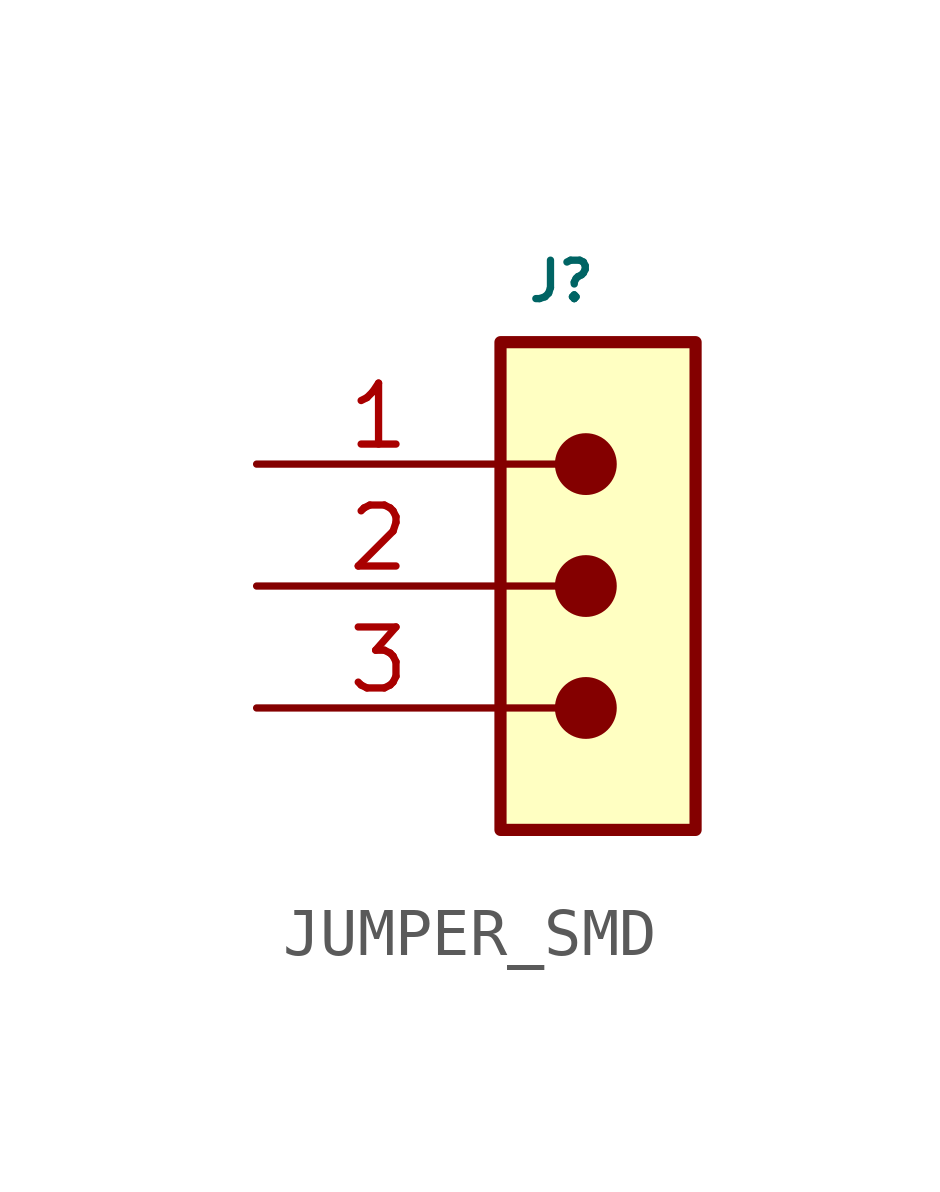
<source format=kicad_sym>
(kicad_symbol_lib
  (version 20220914)
  (generator kicad_symbol_editor)
  (symbol "JUMPER_SMD"
    (property "Reference" "J"
      (at 6.35 3.81 0)
      (do_not_autoplace)
      (effects (font (size 0.8 0.8))))
    (symbol "JUMPER_SMD_0_1"
      (polyline (pts (xy 6.858 -5.08) (xy 5.08 -5.08)) (stroke (width 0) (type default)) (fill (type none)))
      (polyline (pts (xy 6.858 -2.54) (xy 5.08 -2.54)) (stroke (width 0) (type default)) (fill (type none)))
      (polyline (pts (xy 6.858 0) (xy 5.08 0)) (stroke (width 0) (type default)) (fill (type none))))
    (symbol "JUMPER_SMD_1_1"
      (rectangle (start 5.08 2.54) (end 9.144 -7.62) (stroke (width 0.254) (type default)) (fill (type background)))
      (circle (center 6.858 -5.08) (radius 0.568) (stroke (width 0) (type default)) (fill (type outline)))
      (circle (center 6.858 -2.54) (radius 0.568) (stroke (width 0) (type default)) (fill (type outline)))
      (circle (center 6.858 0) (radius 0.568) (stroke (width 0) (type default)) (fill (type outline)))
      (pin passive line (at 0 0 0) (length 5.08) (name "" (effects (font (size 1.27 1.27)))) (number "1" (effects (font (size 1.27 1.27)))))
      (pin passive line (at 0 -2.54 0) (length 5.08) (name "" (effects (font (size 1.27 1.27)))) (number "2" (effects (font (size 1.27 1.27)))))
      (pin passive line (at 0 -5.08 0) (length 5.08) (name "" (effects (font (size 1.27 1.27)))) (number "3" (effects (font (size 1.27 1.27))))))))
</source>
